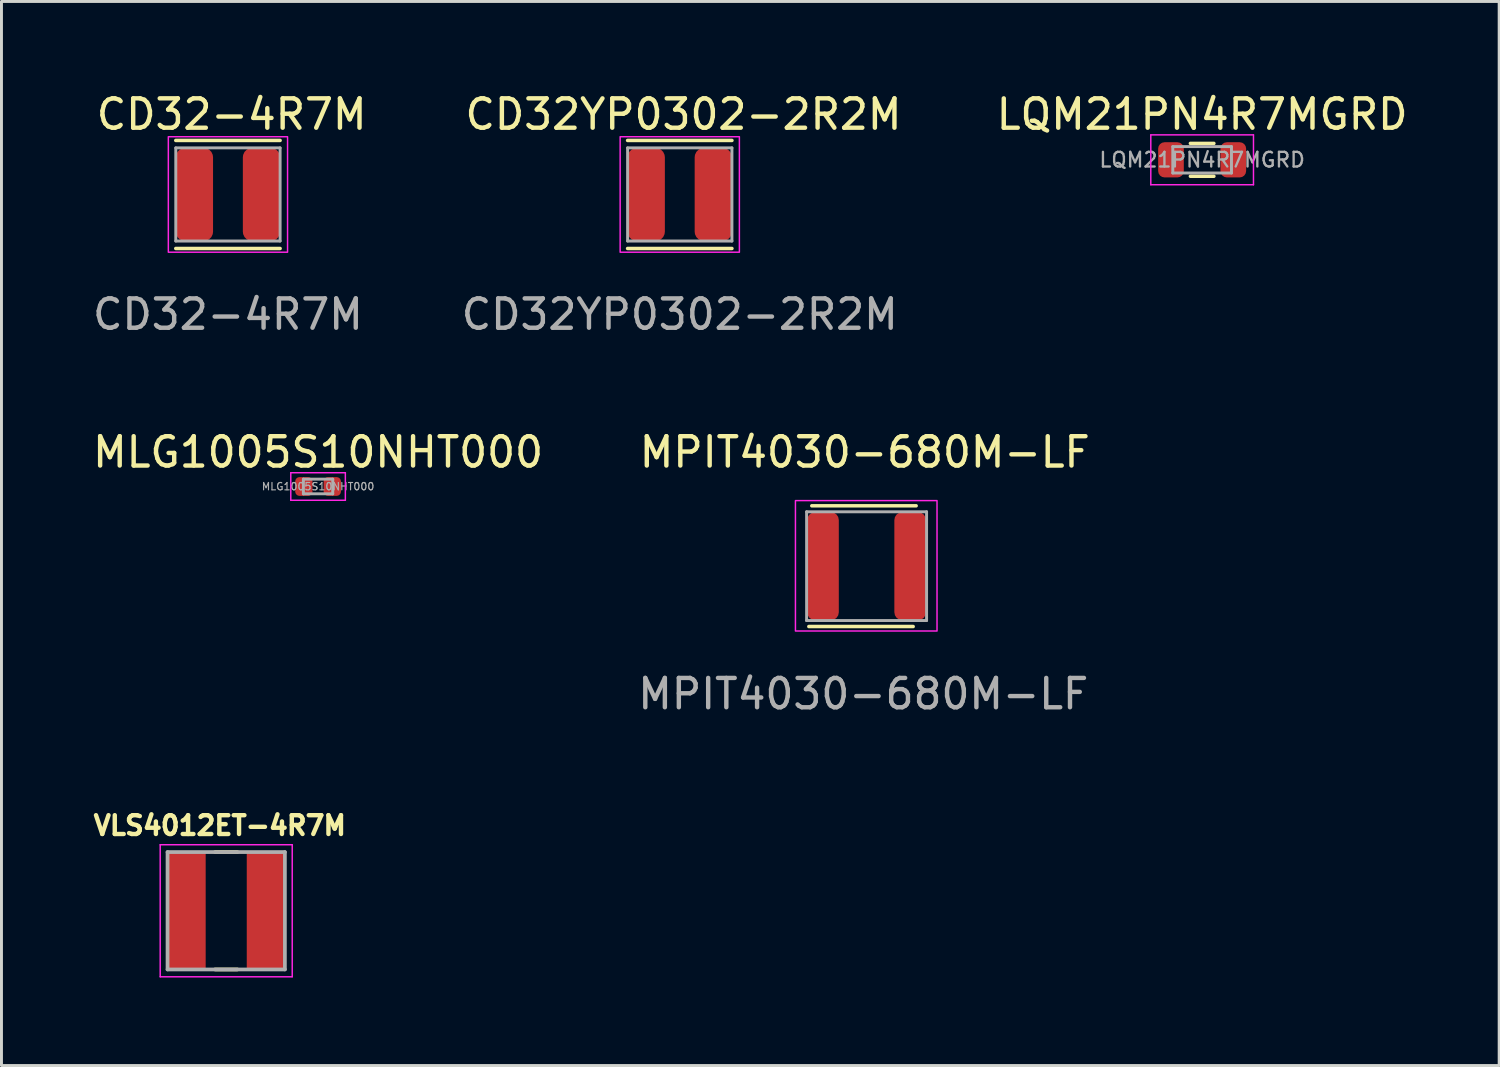
<source format=kicad_pcb>
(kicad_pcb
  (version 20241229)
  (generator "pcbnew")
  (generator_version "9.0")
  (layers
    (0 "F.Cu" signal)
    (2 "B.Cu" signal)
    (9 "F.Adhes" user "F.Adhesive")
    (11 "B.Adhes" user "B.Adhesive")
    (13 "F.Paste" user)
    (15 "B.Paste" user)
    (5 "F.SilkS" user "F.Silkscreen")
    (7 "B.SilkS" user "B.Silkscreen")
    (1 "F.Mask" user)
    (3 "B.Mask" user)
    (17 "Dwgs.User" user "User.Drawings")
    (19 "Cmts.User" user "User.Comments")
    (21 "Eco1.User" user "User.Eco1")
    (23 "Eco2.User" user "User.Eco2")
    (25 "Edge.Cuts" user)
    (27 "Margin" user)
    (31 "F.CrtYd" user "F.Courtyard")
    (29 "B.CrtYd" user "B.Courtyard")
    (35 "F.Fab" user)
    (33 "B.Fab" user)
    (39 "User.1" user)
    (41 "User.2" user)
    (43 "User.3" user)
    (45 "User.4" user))
  (footprint "MLG1005S10NHT000"
    (layer "F.Cu")
    (at 7.792 13.533)
    (property "Reference" "MLG1005S10NHT000" (at 0 -1.17 0) (layer "F.SilkS") (effects (font (size 1 1) (thickness 0.15))))
    (attr smd)
    (fp_line (start -0.93 -0.47) (end 0.93 -0.47) (stroke (width 0.05) (type solid)) (layer "F.CrtYd"))
    (fp_line (start -0.93 0.47) (end -0.93 -0.47) (stroke (width 0.05) (type solid)) (layer "F.CrtYd"))
    (fp_line (start 0.93 -0.47) (end 0.93 0.47) (stroke (width 0.05) (type solid)) (layer "F.CrtYd"))
    (fp_line (start 0.93 0.47) (end -0.93 0.47) (stroke (width 0.05) (type solid)) (layer "F.CrtYd"))
    (fp_line (start -0.5 -0.25) (end 0.5 -0.25) (stroke (width 0.1) (type solid)) (layer "F.Fab"))
    (fp_line (start -0.5 0.25) (end -0.5 -0.25) (stroke (width 0.1) (type solid)) (layer "F.Fab"))
    (fp_line (start 0.5 -0.25) (end 0.5 0.25) (stroke (width 0.1) (type solid)) (layer "F.Fab"))
    (fp_line (start 0.5 0.25) (end -0.5 0.25) (stroke (width 0.1) (type solid)) (layer "F.Fab"))
    (fp_text user "${REFERENCE}" (at 0 0 0) (layer "F.Fab") (effects (font (size 0.25 0.25) (thickness 0.04))))
    (pad "1" smd roundrect (at -0.485 0) (size 0.59 0.64) (layers "F.Cu" "F.Mask" "F.Paste") (roundrect_rratio 0.25))
    (pad "2" smd roundrect (at 0.485 0) (size 0.59 0.64) (layers "F.Cu" "F.Mask" "F.Paste") (roundrect_rratio 0.25)))
  (footprint "MPIT4030-680M-LF"
    (layer "F.Cu")
    (at 26.375 18.103)
    (property "Reference" "MPIT4030-680M-LF" (at 0.051 -5.74 0) (unlocked yes) (layer "F.SilkS") (effects (font (size 1 1) (thickness 0.15))))
    (attr smd)
    (fp_line (start -1.854 0.203) (end 1.702 0.203) (stroke (width 0.12) (type solid)) (layer "F.SilkS"))
    (fp_line (start -1.753 -3.912) (end 1.803 -3.912) (stroke (width 0.12) (type solid)) (layer "F.SilkS"))
    (fp_rect (start -2.311 -4.089) (end 2.515 0.356) (stroke (width 0.05) (type solid)) (fill no) (layer "F.CrtYd"))
    (fp_line (start -1.93 -3.708) (end 2.159 -3.708) (stroke (width 0.1) (type solid)) (layer "F.Fab"))
    (fp_line (start -1.93 0) (end -1.93 -3.708) (stroke (width 0.1) (type solid)) (layer "F.Fab"))
    (fp_line (start 2.159 0) (end -1.93 0) (stroke (width 0.1) (type solid)) (layer "F.Fab"))
    (fp_line (start 2.159 0) (end 2.159 -3.708) (stroke (width 0.1) (type solid)) (layer "F.Fab"))
    (fp_text user "${REFERENCE}" (at 0 2.5 0) (unlocked yes) (layer "F.Fab") (effects (font (size 1 1) (thickness 0.15))))
    (pad "1" smd roundrect (at -1.372 -1.854 90) (size 3.683 1.079) (layers "F.Cu" "F.Mask" "F.Paste") (roundrect_rratio 0.25))
    (pad "2" smd roundrect (at 1.6 -1.854 90) (size 3.683 1.079) (layers "F.Cu" "F.Mask" "F.Paste") (roundrect_rratio 0.25)))
  (footprint "LQM21PN4R7MGRD"
    (layer "F.Cu")
    (at 37.927 2.398)
    (property "Reference" "LQM21PN4R7MGRD" (at 0 -1.55 0) (layer "F.SilkS") (effects (font (size 1 1) (thickness 0.15))))
    (attr smd)
    (fp_line (start -0.4 -0.56) (end 0.4 -0.56) (stroke (width 0.12) (type solid)) (layer "F.SilkS"))
    (fp_line (start -0.4 0.56) (end 0.4 0.56) (stroke (width 0.12) (type solid)) (layer "F.SilkS"))
    (fp_line (start -1.75 -0.85) (end 1.75 -0.85) (stroke (width 0.05) (type solid)) (layer "F.CrtYd"))
    (fp_line (start -1.75 0.85) (end -1.75 -0.85) (stroke (width 0.05) (type solid)) (layer "F.CrtYd"))
    (fp_line (start 1.75 -0.85) (end 1.75 0.85) (stroke (width 0.05) (type solid)) (layer "F.CrtYd"))
    (fp_line (start 1.75 0.85) (end -1.75 0.85) (stroke (width 0.05) (type solid)) (layer "F.CrtYd"))
    (fp_line (start -1 -0.45) (end 1 -0.45) (stroke (width 0.1) (type solid)) (layer "F.Fab"))
    (fp_line (start -1 0.45) (end -1 -0.45) (stroke (width 0.1) (type solid)) (layer "F.Fab"))
    (fp_line (start 1 -0.45) (end 1 0.45) (stroke (width 0.1) (type solid)) (layer "F.Fab"))
    (fp_line (start 1 0.45) (end -1 0.45) (stroke (width 0.1) (type solid)) (layer "F.Fab"))
    (fp_text user "${REFERENCE}" (at 0 0 0) (layer "F.Fab") (effects (font (size 0.5 0.5) (thickness 0.08))))
    (pad "1" smd roundrect (at -1.062 0) (size 0.875 1.2) (layers "F.Cu" "F.Mask" "F.Paste") (roundrect_rratio 0.25))
    (pad "2" smd roundrect (at 1.062 0) (size 0.875 1.2) (layers "F.Cu" "F.Mask" "F.Paste") (roundrect_rratio 0.25)))
  (footprint "CD32-4R7M"
    (layer "F.Cu")
    (at 4.72 5.166)
    (property "Reference" "CD32-4R7M" (at 0.127 -4.318 0) (unlocked yes) (layer "F.SilkS") (effects (font (size 1 1) (thickness 0.15))))
    (attr smd)
    (fp_line (start -1.778 -3.429) (end 1.778 -3.429) (stroke (width 0.12) (type solid)) (layer "F.SilkS"))
    (fp_line (start -1.778 0.254) (end 1.778 0.254) (stroke (width 0.12) (type solid)) (layer "F.SilkS"))
    (fp_rect (start -2.032 -3.556) (end 2.032 0.381) (stroke (width 0.05) (type solid)) (fill no) (layer "F.CrtYd"))
    (fp_line (start -1.778 -3.175) (end 1.778 -3.175) (stroke (width 0.1) (type solid)) (layer "F.Fab"))
    (fp_line (start -1.778 0) (end -1.778 -3.175) (stroke (width 0.1) (type solid)) (layer "F.Fab"))
    (fp_line (start 1.778 -3.175) (end 1.778 0) (stroke (width 0.1) (type solid)) (layer "F.Fab"))
    (fp_line (start 1.778 0) (end -1.778 0) (stroke (width 0.1) (type solid)) (layer "F.Fab"))
    (fp_text user "${REFERENCE}" (at 0 2.5 0) (unlocked yes) (layer "F.Fab") (effects (font (size 1 1) (thickness 0.15))))
    (pad "1" smd roundrect (at -1.143 -1.587 90) (size 3.175 1.27) (layers "F.Cu" "F.Mask" "F.Paste") (roundrect_rratio 0.25))
    (pad "2" smd roundrect (at 1.143 -1.587 90) (size 3.175 1.27) (layers "F.Cu" "F.Mask" "F.Paste") (roundrect_rratio 0.25)))
  (footprint "CD32YP0302-2R2M"
    (layer "F.Cu")
    (at 20.121 5.166)
    (property "Reference" "CD32YP0302-2R2M" (at 0.127 -4.318 0) (unlocked yes) (layer "F.SilkS") (effects (font (size 1 1) (thickness 0.15))))
    (attr smd)
    (fp_line (start -1.778 -3.429) (end 1.778 -3.429) (stroke (width 0.12) (type solid)) (layer "F.SilkS"))
    (fp_line (start -1.778 0.254) (end 1.778 0.254) (stroke (width 0.12) (type solid)) (layer "F.SilkS"))
    (fp_rect (start -2.032 -3.556) (end 2.032 0.381) (stroke (width 0.05) (type solid)) (fill no) (layer "F.CrtYd"))
    (fp_line (start -1.778 -3.175) (end 1.778 -3.175) (stroke (width 0.1) (type solid)) (layer "F.Fab"))
    (fp_line (start -1.778 0) (end -1.778 -3.175) (stroke (width 0.1) (type solid)) (layer "F.Fab"))
    (fp_line (start 1.778 -3.175) (end 1.778 0) (stroke (width 0.1) (type solid)) (layer "F.Fab"))
    (fp_line (start 1.778 0) (end -1.778 0) (stroke (width 0.1) (type solid)) (layer "F.Fab"))
    (fp_text user "${REFERENCE}" (at 0 2.5 0) (unlocked yes) (layer "F.Fab") (effects (font (size 1 1) (thickness 0.15))))
    (pad "1" smd roundrect (at -1.143 -1.587 90) (size 3.175 1.27) (layers "F.Cu" "F.Mask" "F.Paste") (roundrect_rratio 0.25))
    (pad "2" smd roundrect (at 1.143 -1.587 90) (size 3.175 1.27) (layers "F.Cu" "F.Mask" "F.Paste") (roundrect_rratio 0.25)))
  (footprint "VLS4012ET-4R7M"
    (layer "F.Cu")
    (at 4.661 27.995)
    (property "Reference" "VLS4012ET-4R7M" (at -0.218 -2.906 0) (layer "F.SilkS") (effects (font (size 0.64 0.64) (thickness 0.15))))
    (attr smd)
    (fp_line (start -0.38 -2) (end 0.38 -2) (stroke (width 0.127) (type solid)) (layer "F.SilkS"))
    (fp_line (start -0.38 2) (end 0.38 2) (stroke (width 0.127) (type solid)) (layer "F.SilkS"))
    (fp_line (start -2.25 -2.25) (end -2.25 2.25) (stroke (width 0.05) (type solid)) (layer "F.CrtYd"))
    (fp_line (start -2.25 2.25) (end 2.25 2.25) (stroke (width 0.05) (type solid)) (layer "F.CrtYd"))
    (fp_line (start 2.25 -2.25) (end -2.25 -2.25) (stroke (width 0.05) (type solid)) (layer "F.CrtYd"))
    (fp_line (start 2.25 2.25) (end 2.25 -2.25) (stroke (width 0.05) (type solid)) (layer "F.CrtYd"))
    (fp_line (start -2 -2) (end -2 2) (stroke (width 0.127) (type solid)) (layer "F.Fab"))
    (fp_line (start -2 -2) (end 2 -2) (stroke (width 0.127) (type solid)) (layer "F.Fab"))
    (fp_line (start -2 2) (end 2 2) (stroke (width 0.127) (type solid)) (layer "F.Fab"))
    (fp_line (start 2 -2) (end 2 2) (stroke (width 0.127) (type solid)) (layer "F.Fab"))
    (pad "1" smd rect (at -1.35 0) (size 1.3 4) (layers "F.Cu" "F.Mask" "F.Paste"))
    (pad "2" smd rect (at 1.35 0) (size 1.3 4) (layers "F.Cu" "F.Mask" "F.Paste")))
  (gr_rect
    (start -3 -3)
    (end 48.052 33.27)
    (stroke (width 0.1) (type default))
    (fill no)
    (layer "Edge.Cuts")))
</source>
